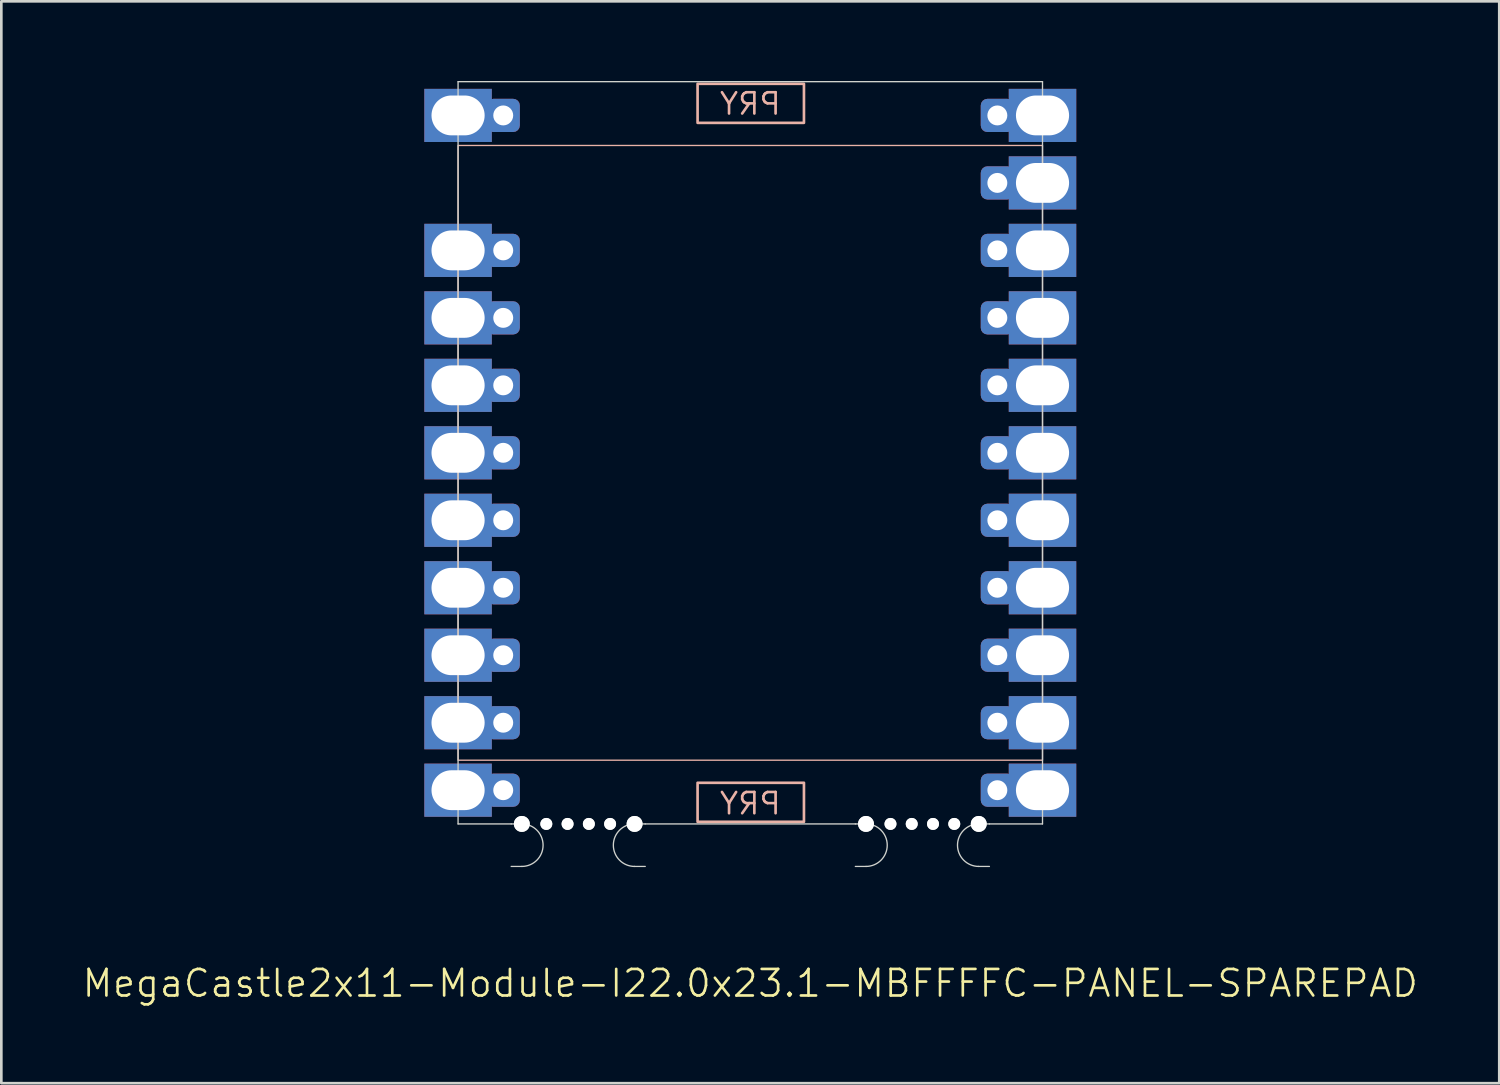
<source format=kicad_pcb>
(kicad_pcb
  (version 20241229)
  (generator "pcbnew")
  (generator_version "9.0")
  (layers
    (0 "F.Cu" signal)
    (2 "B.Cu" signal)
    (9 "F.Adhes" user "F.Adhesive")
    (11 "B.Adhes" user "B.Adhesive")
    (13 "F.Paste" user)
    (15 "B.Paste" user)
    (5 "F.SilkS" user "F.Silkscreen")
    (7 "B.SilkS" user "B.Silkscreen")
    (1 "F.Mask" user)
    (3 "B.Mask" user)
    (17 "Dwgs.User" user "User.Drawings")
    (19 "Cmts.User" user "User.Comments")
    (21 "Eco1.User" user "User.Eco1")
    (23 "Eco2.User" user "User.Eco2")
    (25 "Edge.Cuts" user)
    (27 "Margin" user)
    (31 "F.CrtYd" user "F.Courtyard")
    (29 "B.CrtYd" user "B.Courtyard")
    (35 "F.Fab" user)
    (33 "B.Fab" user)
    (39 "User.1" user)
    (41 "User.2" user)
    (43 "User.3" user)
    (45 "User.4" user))
  (footprint "MegaCastle2x11-Module-I22.0x23.1-MBFFFFC-PANEL-SPAREPAD"
    (layer "F.Cu")
    (at 25.193 13.995)
    (property "Reference" "MegaCastle2x11-Module-I22.0x23.1-MBFFFFC-PANEL-SPAREPAD" (at 0 19.97 0) (unlocked yes) (layer "F.SilkS") (effects (font (size 1 1) (thickness 0.1))))
    (attr smd)
    (fp_rect (start -11 11.57) (end 11 -11.57) (stroke (width 0.05) (type default)) (fill no) (layer "B.SilkS"))
    (fp_rect (start -1.984 -12.421) (end 2.02 -13.89) (stroke (width 0.1) (type default)) (fill no) (layer "B.SilkS"))
    (fp_rect (start -1.984 12.421) (end 2.02 13.89) (stroke (width 0.1) (type default)) (fill no) (layer "B.SilkS"))
    (fp_line (start -11 -13.97) (end -11 13.97) (stroke (width 0.05) (type default)) (layer "Edge.Cuts"))
    (fp_line (start -11 -13.97) (end 11 -13.97) (stroke (width 0.05) (type default)) (layer "Edge.Cuts"))
    (fp_line (start -11 13.97) (end -9 13.97) (stroke (width 0.05) (type default)) (layer "Edge.Cuts"))
    (fp_line (start -9 13.97) (end -8.6 13.97) (stroke (width 0.05) (type default)) (layer "Edge.Cuts"))
    (fp_line (start -9 15.57) (end -8.6 15.57) (stroke (width 0.05) (type default)) (layer "Edge.Cuts"))
    (fp_line (start -3.955 13.97) (end -4.355 13.97) (stroke (width 0.05) (type default)) (layer "Edge.Cuts"))
    (fp_line (start -3.955 13.97) (end 3.955 13.97) (stroke (width 0.05) (type default)) (layer "Edge.Cuts"))
    (fp_line (start -3.955 15.57) (end -4.355 15.57) (stroke (width 0.05) (type default)) (layer "Edge.Cuts"))
    (fp_line (start 3.955 13.97) (end 4.355 13.97) (stroke (width 0.05) (type default)) (layer "Edge.Cuts"))
    (fp_line (start 3.955 15.57) (end 4.355 15.57) (stroke (width 0.05) (type default)) (layer "Edge.Cuts"))
    (fp_line (start 9 13.97) (end 8.6 13.97) (stroke (width 0.05) (type default)) (layer "Edge.Cuts"))
    (fp_line (start 9 13.97) (end 11 13.97) (stroke (width 0.05) (type default)) (layer "Edge.Cuts"))
    (fp_line (start 9 15.57) (end 8.6 15.57) (stroke (width 0.05) (type default)) (layer "Edge.Cuts"))
    (fp_line (start 11 -13.97) (end 11 13.97) (stroke (width 0.05) (type default)) (layer "Edge.Cuts"))
    (fp_arc (start -8.6 13.97) (mid -7.8 14.77) (end -8.6 15.57) (stroke (width 0.05) (type default)) (layer "Edge.Cuts"))
    (fp_arc (start -4.355 15.57) (mid -5.155 14.77) (end -4.355 13.97) (stroke (width 0.05) (type default)) (layer "Edge.Cuts"))
    (fp_arc (start 4.355 13.97) (mid 5.155 14.77) (end 4.355 15.57) (stroke (width 0.05) (type default)) (layer "Edge.Cuts"))
    (fp_arc (start 8.6 15.57) (mid 7.8 14.77) (end 8.6 13.97) (stroke (width 0.05) (type default)) (layer "Edge.Cuts"))
    (fp_text user "PRY" (at 0 -12.67 0) (unlocked yes) (layer "B.SilkS") (effects (font (size 0.8 0.8) (thickness 0.1)) (justify bottom mirror)))
    (fp_text user "PRY" (at 0 13.67 0) (unlocked yes) (layer "B.SilkS") (effects (font (size 0.8 0.8) (thickness 0.1)) (justify bottom mirror)))
    (pad "" np_thru_hole circle (at -8.6 13.97) (size 0.6 0.6) (drill 0.6) (layers "*.Cu" "Edge.Cuts"))
    (pad "" np_thru_hole circle (at -7.678 13.97) (size 0.45 0.45) (drill 0.45) (layers "*.Cu" "Edge.Cuts"))
    (pad "" np_thru_hole circle (at -6.878 13.97) (size 0.45 0.45) (drill 0.45) (layers "*.Cu" "Edge.Cuts"))
    (pad "" np_thru_hole circle (at -6.077 13.97) (size 0.45 0.45) (drill 0.45) (layers "*.Cu" "Edge.Cuts"))
    (pad "" np_thru_hole circle (at -5.277 13.97) (size 0.45 0.45) (drill 0.45) (layers "*.Cu" "Edge.Cuts"))
    (pad "" np_thru_hole circle (at -4.355 13.97) (size 0.6 0.6) (drill 0.6) (layers "*.Cu" "Edge.Cuts"))
    (pad "" np_thru_hole circle (at 4.355 13.97) (size 0.6 0.6) (drill 0.6) (layers "*.Cu" "Edge.Cuts"))
    (pad "" np_thru_hole circle (at 5.277 13.97) (size 0.45 0.45) (drill 0.45) (layers "*.Cu" "Edge.Cuts"))
    (pad "" np_thru_hole circle (at 6.077 13.97) (size 0.45 0.45) (drill 0.45) (layers "*.Cu" "Edge.Cuts"))
    (pad "" np_thru_hole circle (at 6.878 13.97) (size 0.45 0.45) (drill 0.45) (layers "*.Cu" "Edge.Cuts"))
    (pad "" np_thru_hole circle (at 7.678 13.97) (size 0.45 0.45) (drill 0.45) (layers "*.Cu" "Edge.Cuts"))
    (pad "" np_thru_hole circle (at 8.6 13.97) (size 0.6 0.6) (drill 0.6) (layers "*.Cu" "Edge.Cuts"))
    (pad "1" thru_hole rect (at -11 -12.7) (size 2.54 2) (drill oval 2 1.5) (property pad_prop_castellated) (layers "*.Cu" "*.Mask"))
    (pad "1" thru_hole roundrect (at -9.3 -12.7 180) (size 1.25 1.25) (drill 0.75) (layers "*.Cu" "*.Mask") (roundrect_rratio 0.2))
    (pad "3" thru_hole rect (at -11 -7.62) (size 2.54 2) (drill oval 2 1.5) (property pad_prop_castellated) (layers "*.Cu" "*.Mask"))
    (pad "3" thru_hole roundrect (at -9.3 -7.62 180) (size 1.25 1.25) (drill 0.75) (layers "*.Cu" "*.Mask") (roundrect_rratio 0.2))
    (pad "4" thru_hole rect (at -11 -5.08) (size 2.54 2) (drill oval 2 1.5) (property pad_prop_castellated) (layers "*.Cu" "*.Mask"))
    (pad "4" thru_hole roundrect (at -9.3 -5.08 180) (size 1.25 1.25) (drill 0.75) (layers "*.Cu" "*.Mask") (roundrect_rratio 0.2))
    (pad "5" thru_hole rect (at -11 -2.54) (size 2.54 2) (drill oval 2 1.5) (property pad_prop_castellated) (layers "*.Cu" "*.Mask"))
    (pad "5" thru_hole roundrect (at -9.3 -2.54 180) (size 1.25 1.25) (drill 0.75) (layers "*.Cu" "*.Mask") (roundrect_rratio 0.2))
    (pad "6" thru_hole rect (at -11 0) (size 2.54 2) (drill oval 2 1.5) (property pad_prop_castellated) (layers "*.Cu" "*.Mask"))
    (pad "6" thru_hole roundrect (at -9.3 0 180) (size 1.25 1.25) (drill 0.75) (layers "*.Cu" "*.Mask") (roundrect_rratio 0.2))
    (pad "7" thru_hole rect (at -11 2.54) (size 2.54 2) (drill oval 2 1.5) (property pad_prop_castellated) (layers "*.Cu" "*.Mask"))
    (pad "7" thru_hole roundrect (at -9.3 2.54 180) (size 1.25 1.25) (drill 0.75) (layers "*.Cu" "*.Mask") (roundrect_rratio 0.2))
    (pad "8" thru_hole rect (at -11 5.08) (size 2.54 2) (drill oval 2 1.5) (property pad_prop_castellated) (layers "*.Cu" "*.Mask"))
    (pad "8" thru_hole roundrect (at -9.3 5.08 180) (size 1.25 1.25) (drill 0.75) (layers "*.Cu" "*.Mask") (roundrect_rratio 0.2))
    (pad "9" thru_hole rect (at -11 7.62) (size 2.54 2) (drill oval 2 1.5) (property pad_prop_castellated) (layers "*.Cu" "*.Mask"))
    (pad "9" thru_hole roundrect (at -9.3 7.62 180) (size 1.25 1.25) (drill 0.75) (layers "*.Cu" "*.Mask") (roundrect_rratio 0.2))
    (pad "10" thru_hole rect (at -11 10.16) (size 2.54 2) (drill oval 2 1.5) (property pad_prop_castellated) (layers "*.Cu" "*.Mask"))
    (pad "10" thru_hole roundrect (at -9.3 10.16 180) (size 1.25 1.25) (drill 0.75) (layers "*.Cu" "*.Mask") (roundrect_rratio 0.2))
    (pad "11" thru_hole rect (at -11 12.7) (size 2.54 2) (drill oval 2 1.5) (property pad_prop_castellated) (layers "*.Cu" "*.Mask"))
    (pad "11" thru_hole roundrect (at -9.3 12.7 180) (size 1.25 1.25) (drill 0.75) (layers "*.Cu" "*.Mask") (roundrect_rratio 0.2))
    (pad "12" thru_hole roundrect (at 9.3 -12.7 180) (size 1.25 1.25) (drill 0.75) (layers "*.Cu" "*.Mask") (roundrect_rratio 0.2))
    (pad "12" thru_hole rect (at 11 -12.7) (size 2.54 2) (drill oval 2 1.5) (property pad_prop_castellated) (layers "*.Cu" "*.Mask"))
    (pad "13" thru_hole roundrect (at 9.3 -10.16 180) (size 1.25 1.25) (drill 0.75) (layers "*.Cu" "*.Mask") (roundrect_rratio 0.2))
    (pad "13" thru_hole rect (at 11 -10.16) (size 2.54 2) (drill oval 2 1.5) (property pad_prop_castellated) (layers "*.Cu" "*.Mask"))
    (pad "14" thru_hole roundrect (at 9.3 -7.62 180) (size 1.25 1.25) (drill 0.75) (layers "*.Cu" "*.Mask") (roundrect_rratio 0.2))
    (pad "14" thru_hole rect (at 11 -7.62) (size 2.54 2) (drill oval 2 1.5) (property pad_prop_castellated) (layers "*.Cu" "*.Mask"))
    (pad "15" thru_hole roundrect (at 9.3 -5.08 180) (size 1.25 1.25) (drill 0.75) (layers "*.Cu" "*.Mask") (roundrect_rratio 0.2))
    (pad "15" thru_hole rect (at 11 -5.08) (size 2.54 2) (drill oval 2 1.5) (property pad_prop_castellated) (layers "*.Cu" "*.Mask"))
    (pad "16" thru_hole roundrect (at 9.3 -2.54 180) (size 1.25 1.25) (drill 0.75) (layers "*.Cu" "*.Mask") (roundrect_rratio 0.2))
    (pad "16" thru_hole rect (at 11 -2.54) (size 2.54 2) (drill oval 2 1.5) (property pad_prop_castellated) (layers "*.Cu" "*.Mask"))
    (pad "17" thru_hole roundrect (at 9.3 0 180) (size 1.25 1.25) (drill 0.75) (layers "*.Cu" "*.Mask") (roundrect_rratio 0.2))
    (pad "17" thru_hole rect (at 11 0) (size 2.54 2) (drill oval 2 1.5) (property pad_prop_castellated) (layers "*.Cu" "*.Mask"))
    (pad "18" thru_hole roundrect (at 9.3 2.54 180) (size 1.25 1.25) (drill 0.75) (layers "*.Cu" "*.Mask") (roundrect_rratio 0.2))
    (pad "18" thru_hole rect (at 11 2.54) (size 2.54 2) (drill oval 2 1.5) (property pad_prop_castellated) (layers "*.Cu" "*.Mask"))
    (pad "19" thru_hole roundrect (at 9.3 5.08 180) (size 1.25 1.25) (drill 0.75) (layers "*.Cu" "*.Mask") (roundrect_rratio 0.2))
    (pad "19" thru_hole rect (at 11 5.08) (size 2.54 2) (drill oval 2 1.5) (property pad_prop_castellated) (layers "*.Cu" "*.Mask"))
    (pad "20" thru_hole roundrect (at 9.3 7.62 180) (size 1.25 1.25) (drill 0.75) (layers "*.Cu" "*.Mask") (roundrect_rratio 0.2))
    (pad "20" thru_hole rect (at 11 7.62) (size 2.54 2) (drill oval 2 1.5) (property pad_prop_castellated) (layers "*.Cu" "*.Mask"))
    (pad "21" thru_hole roundrect (at 9.3 10.16 180) (size 1.25 1.25) (drill 0.75) (layers "*.Cu" "*.Mask") (roundrect_rratio 0.2))
    (pad "21" thru_hole rect (at 11 10.16) (size 2.54 2) (drill oval 2 1.5) (property pad_prop_castellated) (layers "*.Cu" "*.Mask"))
    (pad "22" thru_hole roundrect (at 9.3 12.7 180) (size 1.25 1.25) (drill 0.75) (layers "*.Cu" "*.Mask") (roundrect_rratio 0.2))
    (pad "22" thru_hole rect (at 11 12.7) (size 2.54 2) (drill oval 2 1.5) (property pad_prop_castellated) (layers "*.Cu" "*.Mask"))
    (zone (net_name "") (layer "B.Cu") (hatch edge 0.5) (connect_pads) (min_thickness 0.25) (filled_areas_thickness no) (keepout (tracks allowed) (vias allowed) (pads allowed) (copperpour allowed) (footprints not_allowed)) (placement (enabled no)) (fill) (polygon (pts (xy 14.193 27.965) (xy 14.193 0.025))))
    (zone (net_name "") (layer "B.Cu") (hatch edge 0.5) (connect_pads) (min_thickness 0.25) (filled_areas_thickness no) (keepout (tracks allowed) (vias allowed) (pads allowed) (copperpour allowed) (footprints not_allowed)) (placement (enabled no)) (fill) (polygon (pts (xy 36.193 27.965) (xy 36.193 0.025))))
    (zone (net_name "") (layer "B.Cu") (hatch edge 0.5) (connect_pads) (min_thickness 0.25) (filled_areas_thickness no) (keepout (tracks allowed) (vias allowed) (pads allowed) (copperpour allowed) (footprints not_allowed)) (placement (enabled no)) (fill) (polygon (pts (xy 14.193 0.025) (xy 14.193 2.425) (xy 36.193 2.425) (xy 36.193 0.025))))
    (zone (net_name "") (layer "B.Cu") (hatch edge 0.5) (connect_pads) (min_thickness 0.25) (filled_areas_thickness no) (keepout (tracks allowed) (vias allowed) (pads allowed) (copperpour allowed) (footprints not_allowed)) (placement (enabled no)) (fill) (polygon (pts (xy 14.193 27.965) (xy 14.193 25.565) (xy 36.193 25.565) (xy 36.193 27.965))))
    (zone (net_name "") (layer "B.Cu") (name "Upper Pry Zone") (hatch edge 0.5) (connect_pads) (min_thickness 0.25) (filled_areas_thickness no) (keepout (tracks not_allowed) (vias not_allowed) (pads not_allowed) (copperpour allowed) (footprints not_allowed)) (placement (enabled no)) (fill) (polygon (pts (xy 23.209 1.574) (xy 23.209 0.105) (xy 27.212 0.105) (xy 27.212 1.574))))
    (zone (net_name "") (layer "B.Cu") (name "Upper Pry Zone") (hatch edge 0.5) (connect_pads) (min_thickness 0.25) (filled_areas_thickness no) (keepout (tracks not_allowed) (vias not_allowed) (pads not_allowed) (copperpour allowed) (footprints not_allowed)) (placement (enabled no)) (fill) (polygon (pts (xy 23.209 26.416) (xy 23.209 27.885) (xy 27.212 27.885) (xy 27.212 26.416)))))
  (gr_rect
    (start -3 -3)
    (end 53.386 37.725)
    (stroke (width 0.1) (type default))
    (fill no)
    (layer "Edge.Cuts")))
</source>
